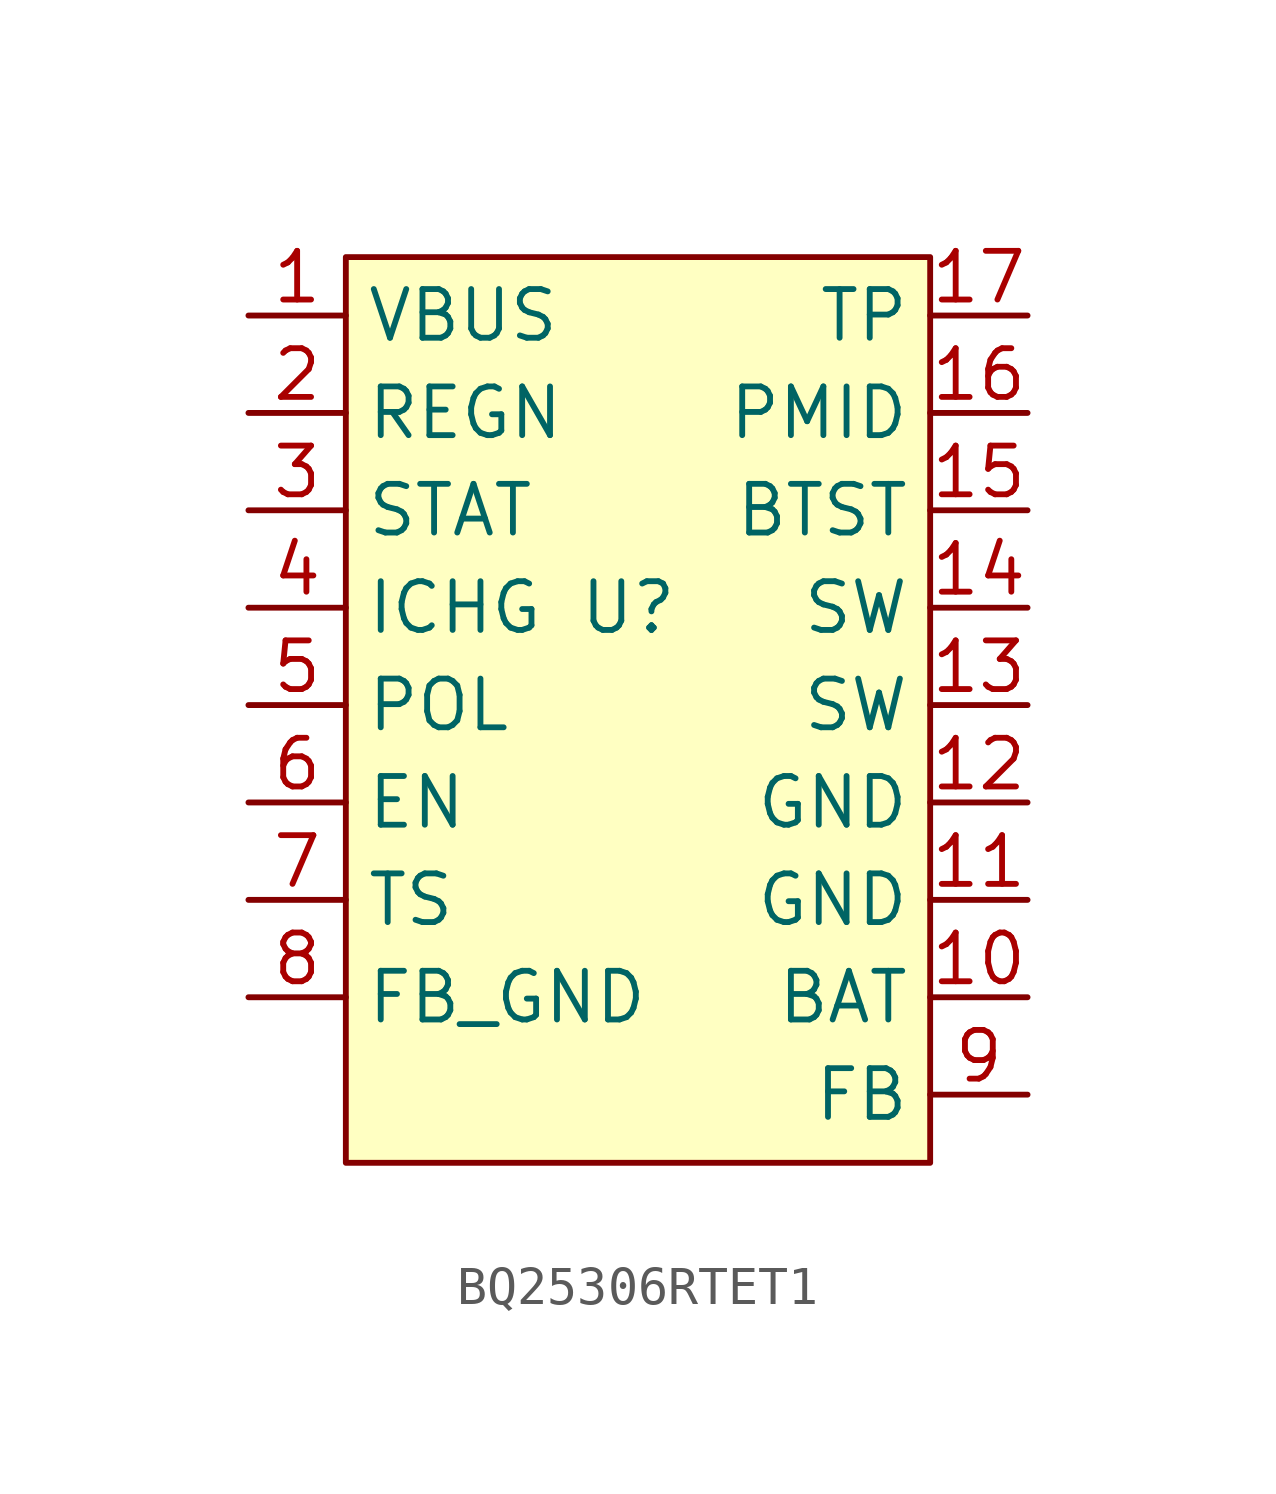
<source format=kicad_sym>
(kicad_symbol_lib
  (version 20220914)
  (generator kicad_symbol_editor)
  (symbol "BQ25306RTET1"
    (property "Reference" "U"
      (at 0 0 0)
      (effects (font (size 1.27 1.27))))
    (property "Value" ""
      (at 0 0 0)
      (effects (font (size 1.27 1.27))))
    (symbol "BQ25306RTET1_1_1"
      (rectangle (start -7.366 9.144) (end 7.874 -14.478) (stroke (width 0) (type default)) (fill (type background)))
      (pin power_in line (at -9.906 7.62 0) (length 2.54) (name "VBUS" (effects (font (size 1.27 1.27)))) (number "1" (effects (font (size 1.27 1.27)))))
      (pin power_in line (at 10.414 -10.16 180) (length 2.54) (name "BAT" (effects (font (size 1.27 1.27)))) (number "10" (effects (font (size 1.27 1.27)))))
      (pin power_in line (at 10.414 -7.62 180) (length 2.54) (name "GND" (effects (font (size 1.27 1.27)))) (number "11" (effects (font (size 1.27 1.27)))))
      (pin power_in line (at 10.414 -5.08 180) (length 2.54) (name "GND" (effects (font (size 1.27 1.27)))) (number "12" (effects (font (size 1.27 1.27)))))
      (pin power_in line (at 10.414 -2.54 180) (length 2.54) (name "SW" (effects (font (size 1.27 1.27)))) (number "13" (effects (font (size 1.27 1.27)))))
      (pin power_in line (at 10.414 0 180) (length 2.54) (name "SW" (effects (font (size 1.27 1.27)))) (number "14" (effects (font (size 1.27 1.27)))))
      (pin power_out line (at 10.414 2.54 180) (length 2.54) (name "BTST" (effects (font (size 1.27 1.27)))) (number "15" (effects (font (size 1.27 1.27)))))
      (pin power_out line (at 10.414 5.08 180) (length 2.54) (name "PMID" (effects (font (size 1.27 1.27)))) (number "16" (effects (font (size 1.27 1.27)))))
      (pin unspecified line (at 10.414 7.62 180) (length 2.54) (name "TP" (effects (font (size 1.27 1.27)))) (number "17" (effects (font (size 1.27 1.27)))))
      (pin power_in line (at -9.906 5.08 0) (length 2.54) (name "REGN" (effects (font (size 1.27 1.27)))) (number "2" (effects (font (size 1.27 1.27)))))
      (pin output line (at -9.906 2.54 0) (length 2.54) (name "STAT" (effects (font (size 1.27 1.27)))) (number "3" (effects (font (size 1.27 1.27)))))
      (pin input line (at -9.906 0 0) (length 2.54) (name "ICHG" (effects (font (size 1.27 1.27)))) (number "4" (effects (font (size 1.27 1.27)))))
      (pin input line (at -9.906 -2.54 0) (length 2.54) (name "POL" (effects (font (size 1.27 1.27)))) (number "5" (effects (font (size 1.27 1.27)))))
      (pin input line (at -9.906 -5.08 0) (length 2.54) (name "EN" (effects (font (size 1.27 1.27)))) (number "6" (effects (font (size 1.27 1.27)))))
      (pin input line (at -9.906 -7.62 0) (length 2.54) (name "TS" (effects (font (size 1.27 1.27)))) (number "7" (effects (font (size 1.27 1.27)))))
      (pin input line (at -9.906 -10.16 0) (length 2.54) (name "FB_GND" (effects (font (size 1.27 1.27)))) (number "8" (effects (font (size 1.27 1.27)))))
      (pin input line (at 10.414 -12.7 180) (length 2.54) (name "FB" (effects (font (size 1.27 1.27)))) (number "9" (effects (font (size 1.27 1.27))))))))
</source>
